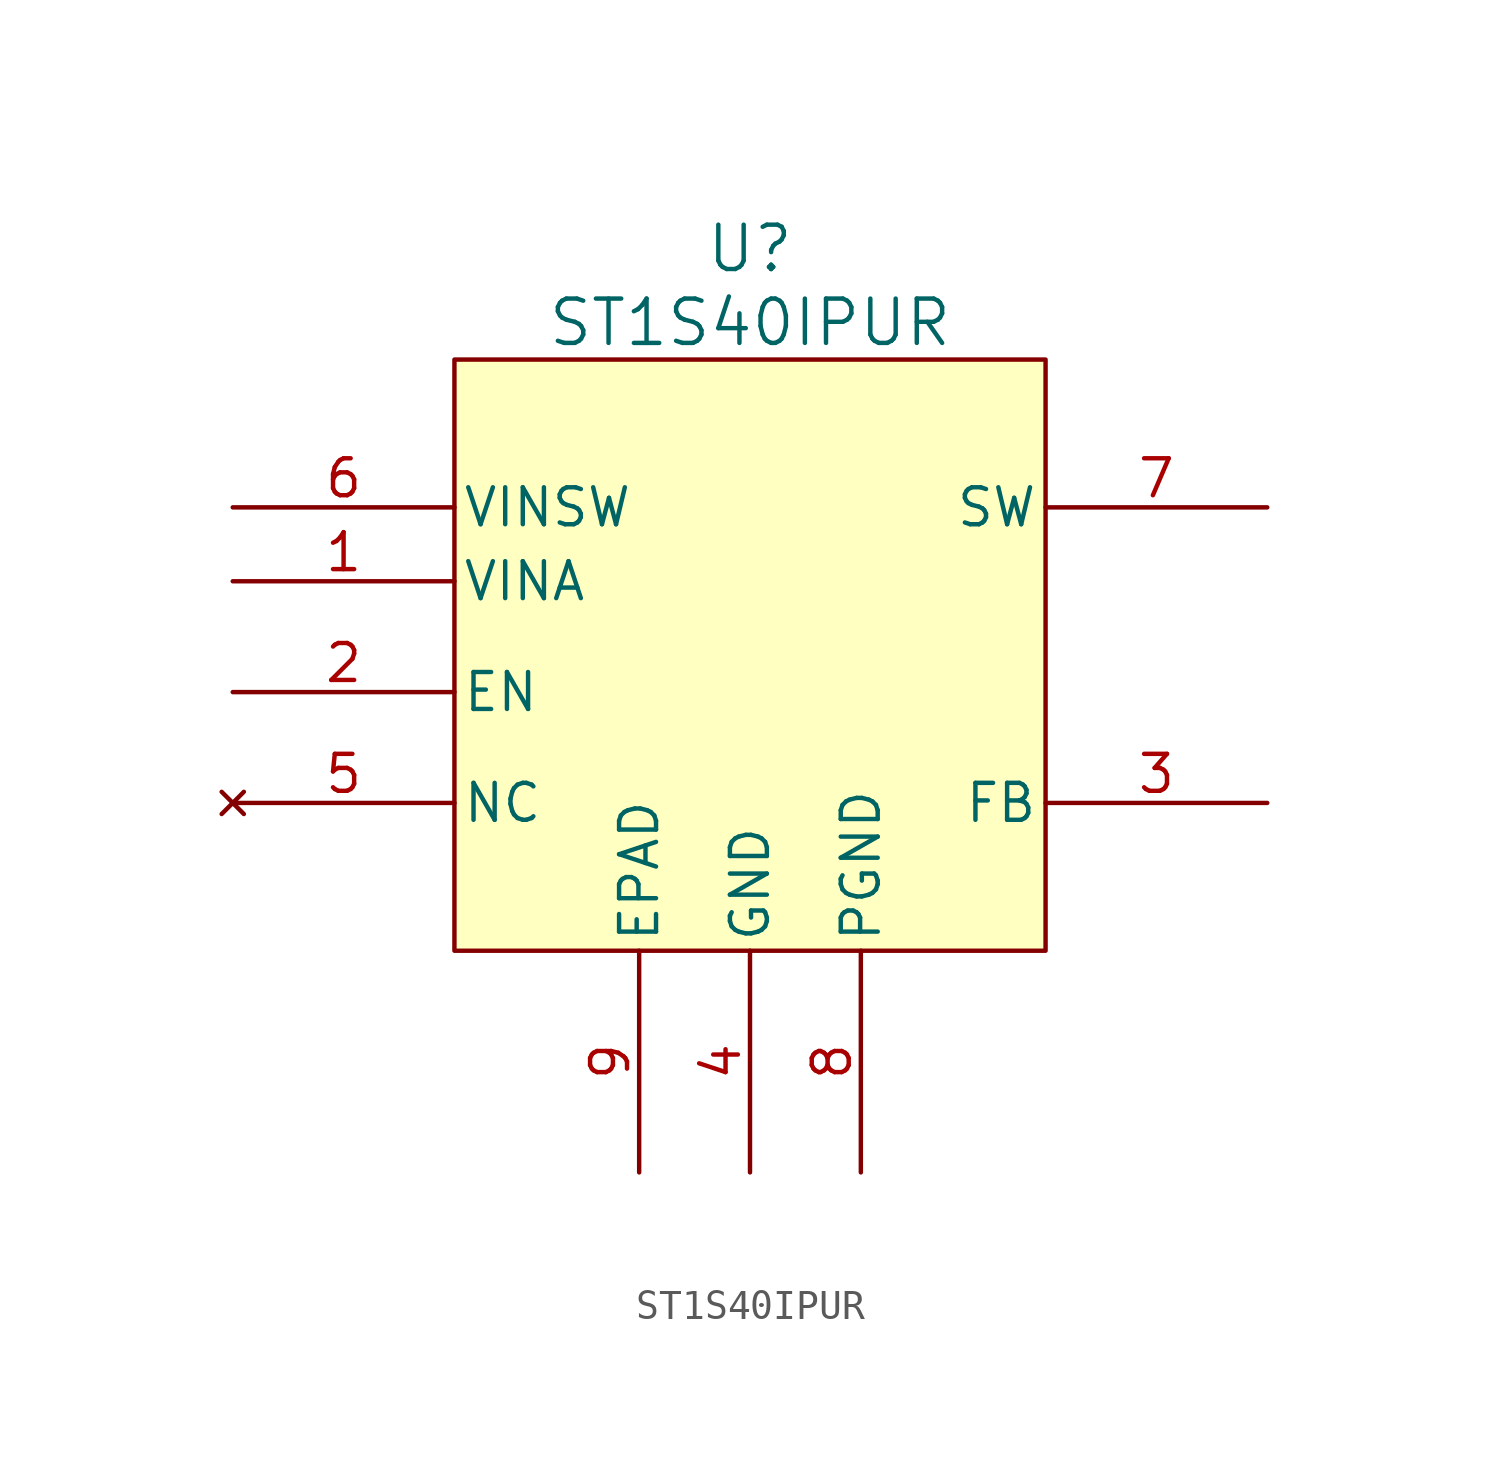
<source format=kicad_sym>
(kicad_symbol_lib
  (version 20241209)
  (generator "kicad_symbol_editor")
  (generator_version "9.0")
  (symbol "ST1S40IPUR"
    (pin_names
      (offset 0.254))
    (property "Reference" "U"
      (at 10.16 8.89 0)
      (effects (font (size 1.524 1.524))))
    (property "Value" "ST1S40IPUR"
      (at 10.16 6.35 0)
      (effects (font (size 1.524 1.524))))
    (symbol "ST1S40IPUR_0_1"
      (pin no_connect line (at -7.62 -10.16 0) (length 7.62) (name "NC" (effects (font (size 1.27 1.27)))) (number "5" (effects (font (size 1.27 1.27))))))
    (symbol "ST1S40IPUR_1_1"
      (rectangle (start 0 5.08) (end 20.32 -15.24) (stroke (width 0) (type solid)) (fill (type background)))
      (pin power_in line (at -7.62 0 0) (length 7.62) (name "VINSW" (effects (font (size 1.27 1.27)))) (number "6" (effects (font (size 1.27 1.27)))))
      (pin power_in line (at -7.62 -2.54 0) (length 7.62) (name "VINA" (effects (font (size 1.27 1.27)))) (number "1" (effects (font (size 1.27 1.27)))))
      (pin input line (at -7.62 -6.35 0) (length 7.62) (name "EN" (effects (font (size 1.27 1.27)))) (number "2" (effects (font (size 1.27 1.27)))))
      (pin power_in line (at 6.35 -22.86 90) (length 7.62) (name "EPAD" (effects (font (size 1.27 1.27)))) (number "9" (effects (font (size 1.27 1.27)))))
      (pin power_in line (at 10.16 -22.86 90) (length 7.62) (name "GND" (effects (font (size 1.27 1.27)))) (number "4" (effects (font (size 1.27 1.27)))))
      (pin power_in line (at 13.97 -22.86 90) (length 7.62) (name "PGND" (effects (font (size 1.27 1.27)))) (number "8" (effects (font (size 1.27 1.27)))))
      (pin power_out line (at 27.94 0 180) (length 7.62) (name "SW" (effects (font (size 1.27 1.27)))) (number "7" (effects (font (size 1.27 1.27)))))
      (pin input line (at 27.94 -10.16 180) (length 7.62) (name "FB" (effects (font (size 1.27 1.27)))) (number "3" (effects (font (size 1.27 1.27))))))))
</source>
